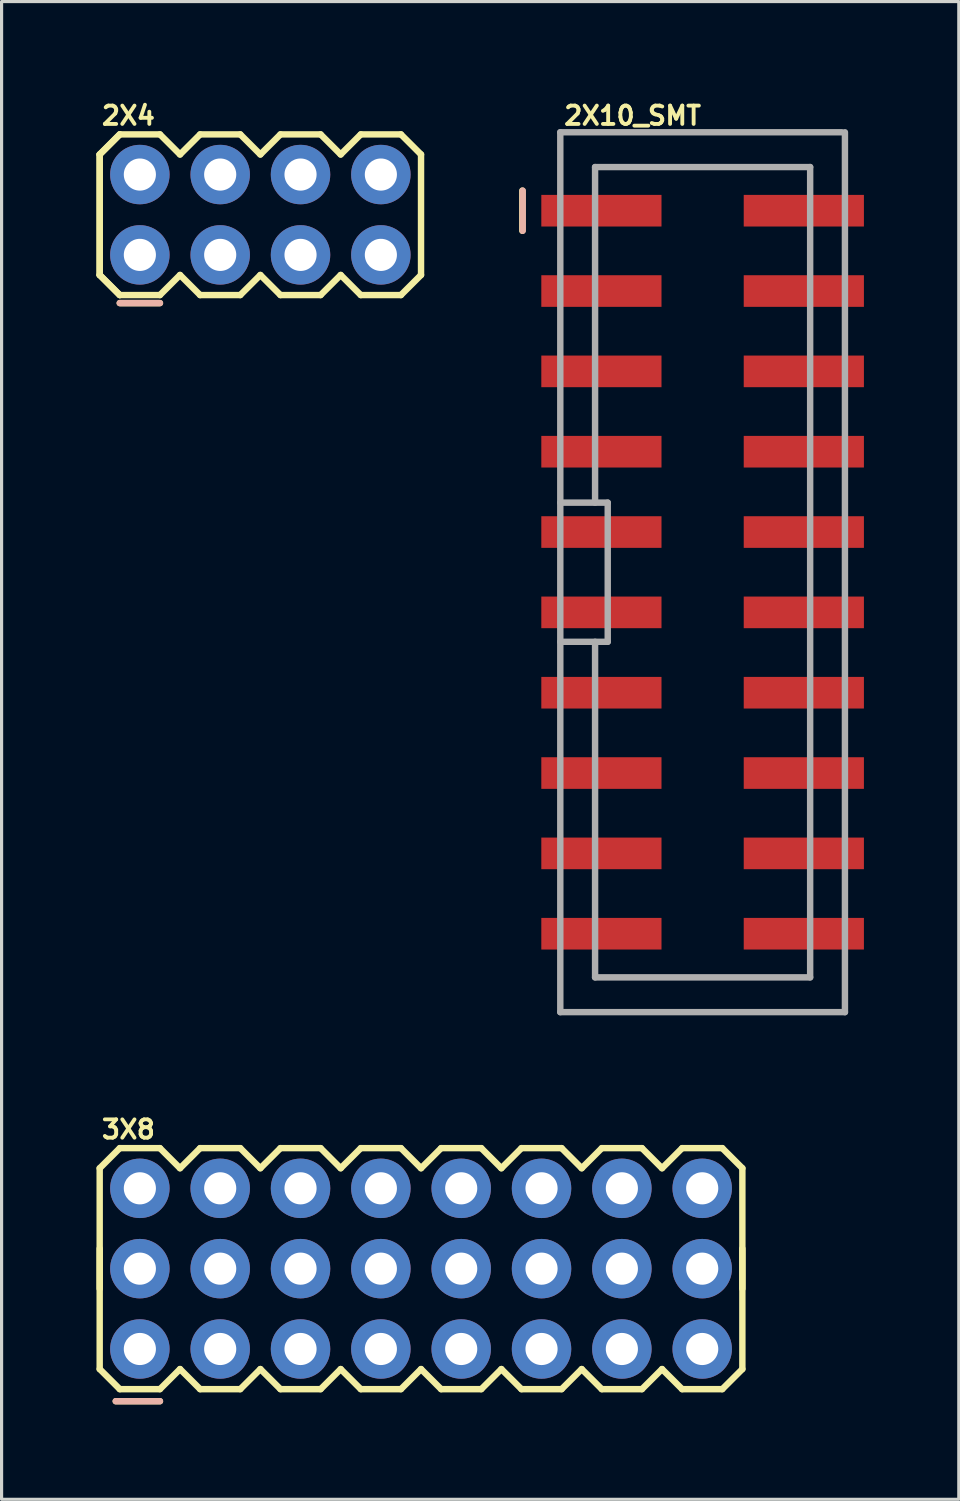
<source format=kicad_pcb>
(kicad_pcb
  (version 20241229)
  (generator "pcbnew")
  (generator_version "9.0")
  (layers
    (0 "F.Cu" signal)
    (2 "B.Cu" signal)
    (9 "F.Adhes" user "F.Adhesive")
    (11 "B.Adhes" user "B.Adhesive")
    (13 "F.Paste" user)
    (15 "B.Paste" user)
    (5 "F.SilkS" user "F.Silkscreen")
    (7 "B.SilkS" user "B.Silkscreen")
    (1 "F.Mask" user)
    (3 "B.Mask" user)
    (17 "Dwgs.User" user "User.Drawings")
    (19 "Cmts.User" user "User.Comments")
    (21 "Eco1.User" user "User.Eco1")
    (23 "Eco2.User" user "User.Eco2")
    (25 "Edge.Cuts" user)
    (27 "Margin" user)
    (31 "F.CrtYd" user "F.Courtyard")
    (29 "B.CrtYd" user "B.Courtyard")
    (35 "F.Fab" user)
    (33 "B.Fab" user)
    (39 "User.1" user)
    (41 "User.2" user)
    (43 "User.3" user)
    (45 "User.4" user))
  (footprint "2X10_SMT"
    (layer "F.Cu")
    (at 19.165 15.042)
    (property "Reference" "2X10_SMT" (at -4.445 -14.097 0) (layer "F.SilkS") (effects (font (size 0.579 0.579) (thickness 0.122)) (justify left bottom)))
    (attr through_hole)
    (fp_line (start -5.7 -12.065) (end -5.7 -10.795) (stroke (width 0.203) (type solid)) (layer "F.SilkS"))
    (fp_line (start -5.688 -12.065) (end -5.688 -10.795) (stroke (width 0.203) (type solid)) (layer "B.SilkS"))
    (fp_line (start -4.5 -13.91) (end 4.4 -13.91) (stroke (width 0.203) (type solid)) (layer "F.Fab"))
    (fp_line (start -4.5 -2.2) (end -3 -2.2) (stroke (width 0.203) (type solid)) (layer "F.Fab"))
    (fp_line (start -4.5 13.91) (end -4.5 -13.91) (stroke (width 0.203) (type solid)) (layer "F.Fab"))
    (fp_line (start -3.4 -12.81) (end -3.4 -2.2) (stroke (width 0.203) (type solid)) (layer "F.Fab"))
    (fp_line (start -3.4 -12.81) (end 3.4 -12.81) (stroke (width 0.203) (type solid)) (layer "F.Fab"))
    (fp_line (start -3.4 12.81) (end -3.4 2.2) (stroke (width 0.203) (type solid)) (layer "F.Fab"))
    (fp_line (start -3.4 12.81) (end 3.4 12.81) (stroke (width 0.203) (type solid)) (layer "F.Fab"))
    (fp_line (start -3 -2.2) (end -3 2.2) (stroke (width 0.203) (type solid)) (layer "F.Fab"))
    (fp_line (start -3 2.2) (end -4.5 2.2) (stroke (width 0.203) (type solid)) (layer "F.Fab"))
    (fp_line (start 3.4 -12.81) (end 3.4 12.81) (stroke (width 0.203) (type solid)) (layer "F.Fab"))
    (fp_line (start 4.5 -13.91) (end 4.5 13.91) (stroke (width 0.203) (type solid)) (layer "F.Fab"))
    (fp_line (start 4.5 13.91) (end -4.5 13.91) (stroke (width 0.203) (type solid)) (layer "F.Fab"))
    (pad "1" smd rect (at -3.2 -11.43) (size 3.8 1) (layers "F.Cu" "F.Mask" "F.Paste"))
    (pad "2" smd rect (at 3.2 -11.43) (size 3.8 1) (layers "F.Cu" "F.Mask" "F.Paste"))
    (pad "3" smd rect (at -3.2 -8.89) (size 3.8 1) (layers "F.Cu" "F.Mask" "F.Paste"))
    (pad "4" smd rect (at 3.2 -8.89) (size 3.8 1) (layers "F.Cu" "F.Mask" "F.Paste"))
    (pad "5" smd rect (at -3.2 -6.35) (size 3.8 1) (layers "F.Cu" "F.Mask" "F.Paste"))
    (pad "6" smd rect (at 3.2 -6.35) (size 3.8 1) (layers "F.Cu" "F.Mask" "F.Paste"))
    (pad "7" smd rect (at -3.2 -3.81) (size 3.8 1) (layers "F.Cu" "F.Mask" "F.Paste"))
    (pad "8" smd rect (at 3.2 -3.81) (size 3.8 1) (layers "F.Cu" "F.Mask" "F.Paste"))
    (pad "9" smd rect (at -3.2 -1.27) (size 3.8 1) (layers "F.Cu" "F.Mask" "F.Paste"))
    (pad "10" smd rect (at 3.2 -1.27) (size 3.8 1) (layers "F.Cu" "F.Mask" "F.Paste"))
    (pad "11" smd rect (at -3.2 1.27) (size 3.8 1) (layers "F.Cu" "F.Mask" "F.Paste"))
    (pad "12" smd rect (at 3.2 1.27) (size 3.8 1) (layers "F.Cu" "F.Mask" "F.Paste"))
    (pad "13" smd rect (at -3.2 3.81) (size 3.8 1) (layers "F.Cu" "F.Mask" "F.Paste"))
    (pad "14" smd rect (at 3.2 3.81) (size 3.8 1) (layers "F.Cu" "F.Mask" "F.Paste"))
    (pad "15" smd rect (at -3.2 6.35) (size 3.8 1) (layers "F.Cu" "F.Mask" "F.Paste"))
    (pad "16" smd rect (at 3.2 6.35) (size 3.8 1) (layers "F.Cu" "F.Mask" "F.Paste"))
    (pad "17" smd rect (at -3.2 8.89) (size 3.8 1) (layers "F.Cu" "F.Mask" "F.Paste"))
    (pad "18" smd rect (at 3.2 8.89) (size 3.8 1) (layers "F.Cu" "F.Mask" "F.Paste"))
    (pad "19" smd rect (at -3.2 11.43) (size 3.8 1) (layers "F.Cu" "F.Mask" "F.Paste"))
    (pad "20" smd rect (at 3.2 11.43) (size 3.8 1) (layers "F.Cu" "F.Mask" "F.Paste")))
  (footprint "3X8"
    (layer "F.Cu")
    (at 10.262 37.062)
    (property "Reference" "3X8" (at -10.16 -4.064 0) (layer "F.SilkS") (effects (font (size 0.579 0.579) (thickness 0.122)) (justify left bottom)))
    (attr through_hole)
    (fp_line (start -10.16 -3.175) (end -9.525 -3.81) (stroke (width 0.203) (type solid)) (layer "F.SilkS"))
    (fp_line (start -10.16 0.635) (end -10.16 -3.175) (stroke (width 0.203) (type solid)) (layer "F.SilkS"))
    (fp_line (start -10.16 3.175) (end -10.16 -0.635) (stroke (width 0.203) (type solid)) (layer "F.SilkS"))
    (fp_line (start -10.16 3.175) (end -9.525 3.81) (stroke (width 0.203) (type solid)) (layer "F.SilkS"))
    (fp_line (start -9.652 4.191) (end -8.255 4.191) (stroke (width 0.203) (type solid)) (layer "F.SilkS"))
    (fp_line (start -9.525 -3.81) (end -8.255 -3.81) (stroke (width 0.203) (type solid)) (layer "F.SilkS"))
    (fp_line (start -9.525 3.81) (end -8.255 3.81) (stroke (width 0.203) (type solid)) (layer "F.SilkS"))
    (fp_line (start -8.255 -3.81) (end -7.62 -3.175) (stroke (width 0.203) (type solid)) (layer "F.SilkS"))
    (fp_line (start -8.255 3.81) (end -7.62 3.175) (stroke (width 0.203) (type solid)) (layer "F.SilkS"))
    (fp_line (start -7.62 -3.175) (end -6.985 -3.81) (stroke (width 0.203) (type solid)) (layer "F.SilkS"))
    (fp_line (start -7.62 3.175) (end -6.985 3.81) (stroke (width 0.203) (type solid)) (layer "F.SilkS"))
    (fp_line (start -6.985 -3.81) (end -5.715 -3.81) (stroke (width 0.203) (type solid)) (layer "F.SilkS"))
    (fp_line (start -6.985 3.81) (end -5.715 3.81) (stroke (width 0.203) (type solid)) (layer "F.SilkS"))
    (fp_line (start -5.715 -3.81) (end -5.08 -3.175) (stroke (width 0.203) (type solid)) (layer "F.SilkS"))
    (fp_line (start -5.715 3.81) (end -5.08 3.175) (stroke (width 0.203) (type solid)) (layer "F.SilkS"))
    (fp_line (start -5.08 -3.175) (end -4.445 -3.81) (stroke (width 0.203) (type solid)) (layer "F.SilkS"))
    (fp_line (start -5.08 3.175) (end -4.445 3.81) (stroke (width 0.203) (type solid)) (layer "F.SilkS"))
    (fp_line (start -4.445 -3.81) (end -3.175 -3.81) (stroke (width 0.203) (type solid)) (layer "F.SilkS"))
    (fp_line (start -4.445 3.81) (end -3.175 3.81) (stroke (width 0.203) (type solid)) (layer "F.SilkS"))
    (fp_line (start -3.175 -3.81) (end -2.54 -3.175) (stroke (width 0.203) (type solid)) (layer "F.SilkS"))
    (fp_line (start -3.175 3.81) (end -2.54 3.175) (stroke (width 0.203) (type solid)) (layer "F.SilkS"))
    (fp_line (start -2.54 -3.175) (end -1.905 -3.81) (stroke (width 0.203) (type solid)) (layer "F.SilkS"))
    (fp_line (start -2.54 3.175) (end -1.905 3.81) (stroke (width 0.203) (type solid)) (layer "F.SilkS"))
    (fp_line (start -1.905 -3.81) (end -0.635 -3.81) (stroke (width 0.203) (type solid)) (layer "F.SilkS"))
    (fp_line (start -1.905 3.81) (end -0.635 3.81) (stroke (width 0.203) (type solid)) (layer "F.SilkS"))
    (fp_line (start -0.635 -3.81) (end 0 -3.175) (stroke (width 0.203) (type solid)) (layer "F.SilkS"))
    (fp_line (start -0.635 3.81) (end 0 3.175) (stroke (width 0.203) (type solid)) (layer "F.SilkS"))
    (fp_line (start 0 -3.175) (end 0.635 -3.81) (stroke (width 0.203) (type solid)) (layer "F.SilkS"))
    (fp_line (start 0 3.175) (end 0.635 3.81) (stroke (width 0.203) (type solid)) (layer "F.SilkS"))
    (fp_line (start 0.635 -3.81) (end 1.905 -3.81) (stroke (width 0.203) (type solid)) (layer "F.SilkS"))
    (fp_line (start 0.635 3.81) (end 1.905 3.81) (stroke (width 0.203) (type solid)) (layer "F.SilkS"))
    (fp_line (start 1.905 -3.81) (end 2.54 -3.175) (stroke (width 0.203) (type solid)) (layer "F.SilkS"))
    (fp_line (start 1.905 3.81) (end 2.54 3.175) (stroke (width 0.203) (type solid)) (layer "F.SilkS"))
    (fp_line (start 2.54 -3.175) (end 3.175 -3.81) (stroke (width 0.203) (type solid)) (layer "F.SilkS"))
    (fp_line (start 2.54 3.175) (end 3.175 3.81) (stroke (width 0.203) (type solid)) (layer "F.SilkS"))
    (fp_line (start 3.175 -3.81) (end 4.445 -3.81) (stroke (width 0.203) (type solid)) (layer "F.SilkS"))
    (fp_line (start 3.175 3.81) (end 4.445 3.81) (stroke (width 0.203) (type solid)) (layer "F.SilkS"))
    (fp_line (start 4.445 -3.81) (end 5.08 -3.175) (stroke (width 0.203) (type solid)) (layer "F.SilkS"))
    (fp_line (start 4.445 3.81) (end 5.08 3.175) (stroke (width 0.203) (type solid)) (layer "F.SilkS"))
    (fp_line (start 5.08 -3.175) (end 5.715 -3.81) (stroke (width 0.203) (type solid)) (layer "F.SilkS"))
    (fp_line (start 5.08 3.175) (end 5.715 3.81) (stroke (width 0.203) (type solid)) (layer "F.SilkS"))
    (fp_line (start 5.715 -3.81) (end 6.985 -3.81) (stroke (width 0.203) (type solid)) (layer "F.SilkS"))
    (fp_line (start 5.715 3.81) (end 6.985 3.81) (stroke (width 0.203) (type solid)) (layer "F.SilkS"))
    (fp_line (start 6.985 -3.81) (end 7.62 -3.175) (stroke (width 0.203) (type solid)) (layer "F.SilkS"))
    (fp_line (start 7.62 -3.175) (end 8.255 -3.81) (stroke (width 0.203) (type solid)) (layer "F.SilkS"))
    (fp_line (start 7.62 3.175) (end 6.985 3.81) (stroke (width 0.203) (type solid)) (layer "F.SilkS"))
    (fp_line (start 7.62 3.175) (end 8.255 3.81) (stroke (width 0.203) (type solid)) (layer "F.SilkS"))
    (fp_line (start 8.255 -3.81) (end 9.525 -3.81) (stroke (width 0.203) (type solid)) (layer "F.SilkS"))
    (fp_line (start 8.255 3.81) (end 9.525 3.81) (stroke (width 0.203) (type solid)) (layer "F.SilkS"))
    (fp_line (start 9.525 -3.81) (end 10.16 -3.175) (stroke (width 0.203) (type solid)) (layer "F.SilkS"))
    (fp_line (start 10.16 -3.175) (end 10.16 0.635) (stroke (width 0.203) (type solid)) (layer "F.SilkS"))
    (fp_line (start 10.16 -0.635) (end 10.16 3.175) (stroke (width 0.203) (type solid)) (layer "F.SilkS"))
    (fp_line (start 10.16 3.175) (end 9.525 3.81) (stroke (width 0.203) (type solid)) (layer "F.SilkS"))
    (fp_line (start -8.255 4.191) (end -9.652 4.191) (stroke (width 0.203) (type solid)) (layer "B.SilkS"))
    (fp_poly (pts (xy -9.144 -2.286) (xy -8.636 -2.286) (xy -8.636 -2.794) (xy -9.144 -2.794)) (stroke (width 0.1) (type solid)) (fill no) (layer "F.Fab"))
    (fp_poly (pts (xy -9.144 0.254) (xy -8.636 0.254) (xy -8.636 -0.254) (xy -9.144 -0.254)) (stroke (width 0.1) (type solid)) (fill no) (layer "F.Fab"))
    (fp_poly (pts (xy -9.144 2.794) (xy -8.636 2.794) (xy -8.636 2.286) (xy -9.144 2.286)) (stroke (width 0.1) (type solid)) (fill no) (layer "F.Fab"))
    (fp_poly (pts (xy -6.604 -2.286) (xy -6.096 -2.286) (xy -6.096 -2.794) (xy -6.604 -2.794)) (stroke (width 0.1) (type solid)) (fill no) (layer "F.Fab"))
    (fp_poly (pts (xy -6.604 0.254) (xy -6.096 0.254) (xy -6.096 -0.254) (xy -6.604 -0.254)) (stroke (width 0.1) (type solid)) (fill no) (layer "F.Fab"))
    (fp_poly (pts (xy -6.604 2.794) (xy -6.096 2.794) (xy -6.096 2.286) (xy -6.604 2.286)) (stroke (width 0.1) (type solid)) (fill no) (layer "F.Fab"))
    (fp_poly (pts (xy -4.064 -2.286) (xy -3.556 -2.286) (xy -3.556 -2.794) (xy -4.064 -2.794)) (stroke (width 0.1) (type solid)) (fill no) (layer "F.Fab"))
    (fp_poly (pts (xy -4.064 0.254) (xy -3.556 0.254) (xy -3.556 -0.254) (xy -4.064 -0.254)) (stroke (width 0.1) (type solid)) (fill no) (layer "F.Fab"))
    (fp_poly (pts (xy -4.064 2.794) (xy -3.556 2.794) (xy -3.556 2.286) (xy -4.064 2.286)) (stroke (width 0.1) (type solid)) (fill no) (layer "F.Fab"))
    (fp_poly (pts (xy -1.524 -2.286) (xy -1.016 -2.286) (xy -1.016 -2.794) (xy -1.524 -2.794)) (stroke (width 0.1) (type solid)) (fill no) (layer "F.Fab"))
    (fp_poly (pts (xy -1.524 0.254) (xy -1.016 0.254) (xy -1.016 -0.254) (xy -1.524 -0.254)) (stroke (width 0.1) (type solid)) (fill no) (layer "F.Fab"))
    (fp_poly (pts (xy -1.524 2.794) (xy -1.016 2.794) (xy -1.016 2.286) (xy -1.524 2.286)) (stroke (width 0.1) (type solid)) (fill no) (layer "F.Fab"))
    (fp_poly (pts (xy 1.016 -2.286) (xy 1.524 -2.286) (xy 1.524 -2.794) (xy 1.016 -2.794)) (stroke (width 0.1) (type solid)) (fill no) (layer "F.Fab"))
    (fp_poly (pts (xy 1.016 0.254) (xy 1.524 0.254) (xy 1.524 -0.254) (xy 1.016 -0.254)) (stroke (width 0.1) (type solid)) (fill no) (layer "F.Fab"))
    (fp_poly (pts (xy 1.016 2.794) (xy 1.524 2.794) (xy 1.524 2.286) (xy 1.016 2.286)) (stroke (width 0.1) (type solid)) (fill no) (layer "F.Fab"))
    (fp_poly (pts (xy 3.556 -2.286) (xy 4.064 -2.286) (xy 4.064 -2.794) (xy 3.556 -2.794)) (stroke (width 0.1) (type solid)) (fill no) (layer "F.Fab"))
    (fp_poly (pts (xy 3.556 0.254) (xy 4.064 0.254) (xy 4.064 -0.254) (xy 3.556 -0.254)) (stroke (width 0.1) (type solid)) (fill no) (layer "F.Fab"))
    (fp_poly (pts (xy 3.556 2.794) (xy 4.064 2.794) (xy 4.064 2.286) (xy 3.556 2.286)) (stroke (width 0.1) (type solid)) (fill no) (layer "F.Fab"))
    (fp_poly (pts (xy 6.096 -2.286) (xy 6.604 -2.286) (xy 6.604 -2.794) (xy 6.096 -2.794)) (stroke (width 0.1) (type solid)) (fill no) (layer "F.Fab"))
    (fp_poly (pts (xy 6.096 0.254) (xy 6.604 0.254) (xy 6.604 -0.254) (xy 6.096 -0.254)) (stroke (width 0.1) (type solid)) (fill no) (layer "F.Fab"))
    (fp_poly (pts (xy 6.096 2.794) (xy 6.604 2.794) (xy 6.604 2.286) (xy 6.096 2.286)) (stroke (width 0.1) (type solid)) (fill no) (layer "F.Fab"))
    (fp_poly (pts (xy 8.636 -2.286) (xy 9.144 -2.286) (xy 9.144 -2.794) (xy 8.636 -2.794)) (stroke (width 0.1) (type solid)) (fill no) (layer "F.Fab"))
    (fp_poly (pts (xy 8.636 0.254) (xy 9.144 0.254) (xy 9.144 -0.254) (xy 8.636 -0.254)) (stroke (width 0.1) (type solid)) (fill no) (layer "F.Fab"))
    (fp_poly (pts (xy 8.636 2.794) (xy 9.144 2.794) (xy 9.144 2.286) (xy 8.636 2.286)) (stroke (width 0.1) (type solid)) (fill no) (layer "F.Fab"))
    (pad "1" thru_hole circle (at -8.89 2.54) (size 1.88 1.88) (drill 1.016) (layers "*.Cu" "*.Mask"))
    (pad "2" thru_hole circle (at -8.89 0) (size 1.88 1.88) (drill 1.016) (layers "*.Cu" "*.Mask"))
    (pad "3" thru_hole circle (at -8.89 -2.54) (size 1.88 1.88) (drill 1.016) (layers "*.Cu" "*.Mask"))
    (pad "4" thru_hole circle (at -6.35 2.54) (size 1.88 1.88) (drill 1.016) (layers "*.Cu" "*.Mask"))
    (pad "5" thru_hole circle (at -6.35 0) (size 1.88 1.88) (drill 1.016) (layers "*.Cu" "*.Mask"))
    (pad "6" thru_hole circle (at -6.35 -2.54) (size 1.88 1.88) (drill 1.016) (layers "*.Cu" "*.Mask"))
    (pad "7" thru_hole circle (at -3.81 2.54) (size 1.88 1.88) (drill 1.016) (layers "*.Cu" "*.Mask"))
    (pad "8" thru_hole circle (at -3.81 0) (size 1.88 1.88) (drill 1.016) (layers "*.Cu" "*.Mask"))
    (pad "9" thru_hole circle (at -3.81 -2.54) (size 1.88 1.88) (drill 1.016) (layers "*.Cu" "*.Mask"))
    (pad "10" thru_hole circle (at -1.27 2.54) (size 1.88 1.88) (drill 1.016) (layers "*.Cu" "*.Mask"))
    (pad "11" thru_hole circle (at -1.27 0) (size 1.88 1.88) (drill 1.016) (layers "*.Cu" "*.Mask"))
    (pad "12" thru_hole circle (at -1.27 -2.54) (size 1.88 1.88) (drill 1.016) (layers "*.Cu" "*.Mask"))
    (pad "13" thru_hole circle (at 1.27 2.54) (size 1.88 1.88) (drill 1.016) (layers "*.Cu" "*.Mask"))
    (pad "14" thru_hole circle (at 1.27 0) (size 1.88 1.88) (drill 1.016) (layers "*.Cu" "*.Mask"))
    (pad "15" thru_hole circle (at 1.27 -2.54) (size 1.88 1.88) (drill 1.016) (layers "*.Cu" "*.Mask"))
    (pad "16" thru_hole circle (at 3.81 2.54) (size 1.88 1.88) (drill 1.016) (layers "*.Cu" "*.Mask"))
    (pad "17" thru_hole circle (at 3.81 0) (size 1.88 1.88) (drill 1.016) (layers "*.Cu" "*.Mask"))
    (pad "18" thru_hole circle (at 3.81 -2.54) (size 1.88 1.88) (drill 1.016) (layers "*.Cu" "*.Mask"))
    (pad "19" thru_hole circle (at 6.35 2.54) (size 1.88 1.88) (drill 1.016) (layers "*.Cu" "*.Mask"))
    (pad "20" thru_hole circle (at 6.35 0) (size 1.88 1.88) (drill 1.016) (layers "*.Cu" "*.Mask"))
    (pad "21" thru_hole circle (at 6.35 -2.54) (size 1.88 1.88) (drill 1.016) (layers "*.Cu" "*.Mask"))
    (pad "22" thru_hole circle (at 8.89 2.54) (size 1.88 1.88) (drill 1.016) (layers "*.Cu" "*.Mask"))
    (pad "23" thru_hole circle (at 8.89 0) (size 1.88 1.88) (drill 1.016) (layers "*.Cu" "*.Mask"))
    (pad "24" thru_hole circle (at 8.89 -2.54) (size 1.88 1.88) (drill 1.016) (layers "*.Cu" "*.Mask")))
  (footprint "2X4"
    (layer "F.Cu")
    (at 5.182 3.739)
    (property "Reference" "2X4" (at -5.08 -2.794 0) (layer "F.SilkS") (effects (font (size 0.579 0.579) (thickness 0.122)) (justify left bottom)))
    (attr through_hole)
    (fp_line (start -5.08 -1.905) (end -4.445 -2.54) (stroke (width 0.203) (type solid)) (layer "F.SilkS"))
    (fp_line (start -5.08 -1.905) (end -4.445 -2.54) (stroke (width 0.203) (type solid)) (layer "F.SilkS"))
    (fp_line (start -5.08 1.905) (end -5.08 -1.905) (stroke (width 0.203) (type solid)) (layer "F.SilkS"))
    (fp_line (start -5.08 1.905) (end -5.08 -1.905) (stroke (width 0.203) (type solid)) (layer "F.SilkS"))
    (fp_line (start -5.08 1.905) (end -4.445 2.54) (stroke (width 0.203) (type solid)) (layer "F.SilkS"))
    (fp_line (start -5.08 1.905) (end -4.445 2.54) (stroke (width 0.203) (type solid)) (layer "F.SilkS"))
    (fp_line (start -4.445 -2.54) (end -3.175 -2.54) (stroke (width 0.203) (type solid)) (layer "F.SilkS"))
    (fp_line (start -4.445 2.54) (end -3.175 2.54) (stroke (width 0.203) (type solid)) (layer "F.SilkS"))
    (fp_line (start -4.445 2.794) (end -3.175 2.794) (stroke (width 0.203) (type solid)) (layer "F.SilkS"))
    (fp_line (start -3.175 -2.54) (end -2.54 -1.905) (stroke (width 0.203) (type solid)) (layer "F.SilkS"))
    (fp_line (start -3.175 2.54) (end -2.54 1.905) (stroke (width 0.203) (type solid)) (layer "F.SilkS"))
    (fp_line (start -2.54 -1.905) (end -1.905 -2.54) (stroke (width 0.203) (type solid)) (layer "F.SilkS"))
    (fp_line (start -2.54 1.905) (end -1.905 2.54) (stroke (width 0.203) (type solid)) (layer "F.SilkS"))
    (fp_line (start -1.905 -2.54) (end -0.635 -2.54) (stroke (width 0.203) (type solid)) (layer "F.SilkS"))
    (fp_line (start -1.905 2.54) (end -0.635 2.54) (stroke (width 0.203) (type solid)) (layer "F.SilkS"))
    (fp_line (start -0.635 -2.54) (end 0 -1.905) (stroke (width 0.203) (type solid)) (layer "F.SilkS"))
    (fp_line (start -0.635 2.54) (end 0 1.905) (stroke (width 0.203) (type solid)) (layer "F.SilkS"))
    (fp_line (start 0 -1.905) (end 0.635 -2.54) (stroke (width 0.203) (type solid)) (layer "F.SilkS"))
    (fp_line (start 0 1.905) (end 0.635 2.54) (stroke (width 0.203) (type solid)) (layer "F.SilkS"))
    (fp_line (start 0.635 -2.54) (end 1.905 -2.54) (stroke (width 0.203) (type solid)) (layer "F.SilkS"))
    (fp_line (start 0.635 2.54) (end 1.905 2.54) (stroke (width 0.203) (type solid)) (layer "F.SilkS"))
    (fp_line (start 1.905 -2.54) (end 2.54 -1.905) (stroke (width 0.203) (type solid)) (layer "F.SilkS"))
    (fp_line (start 1.905 2.54) (end 2.54 1.905) (stroke (width 0.203) (type solid)) (layer "F.SilkS"))
    (fp_line (start 2.54 -1.905) (end 3.175 -2.54) (stroke (width 0.203) (type solid)) (layer "F.SilkS"))
    (fp_line (start 2.54 1.905) (end 3.175 2.54) (stroke (width 0.203) (type solid)) (layer "F.SilkS"))
    (fp_line (start 3.175 -2.54) (end 4.445 -2.54) (stroke (width 0.203) (type solid)) (layer "F.SilkS"))
    (fp_line (start 3.175 2.54) (end 4.445 2.54) (stroke (width 0.203) (type solid)) (layer "F.SilkS"))
    (fp_line (start 4.445 -2.54) (end 5.08 -1.905) (stroke (width 0.203) (type solid)) (layer "F.SilkS"))
    (fp_line (start 4.445 2.54) (end 5.08 1.905) (stroke (width 0.203) (type solid)) (layer "F.SilkS"))
    (fp_line (start 5.08 -1.905) (end 5.08 1.905) (stroke (width 0.203) (type solid)) (layer "F.SilkS"))
    (fp_line (start -3.175 2.794) (end -4.445 2.794) (stroke (width 0.203) (type solid)) (layer "B.SilkS"))
    (fp_poly (pts (xy -4.064 -1.016) (xy -3.556 -1.016) (xy -3.556 -1.524) (xy -4.064 -1.524)) (stroke (width 0.1) (type solid)) (fill no) (layer "F.Fab"))
    (fp_poly (pts (xy -4.064 1.524) (xy -3.556 1.524) (xy -3.556 1.016) (xy -4.064 1.016)) (stroke (width 0.1) (type solid)) (fill no) (layer "F.Fab"))
    (fp_poly (pts (xy -1.524 -1.016) (xy -1.016 -1.016) (xy -1.016 -1.524) (xy -1.524 -1.524)) (stroke (width 0.1) (type solid)) (fill no) (layer "F.Fab"))
    (fp_poly (pts (xy -1.524 1.524) (xy -1.016 1.524) (xy -1.016 1.016) (xy -1.524 1.016)) (stroke (width 0.1) (type solid)) (fill no) (layer "F.Fab"))
    (fp_poly (pts (xy 1.016 -1.016) (xy 1.524 -1.016) (xy 1.524 -1.524) (xy 1.016 -1.524)) (stroke (width 0.1) (type solid)) (fill no) (layer "F.Fab"))
    (fp_poly (pts (xy 1.016 1.524) (xy 1.524 1.524) (xy 1.524 1.016) (xy 1.016 1.016)) (stroke (width 0.1) (type solid)) (fill no) (layer "F.Fab"))
    (fp_poly (pts (xy 3.556 -1.016) (xy 4.064 -1.016) (xy 4.064 -1.524) (xy 3.556 -1.524)) (stroke (width 0.1) (type solid)) (fill no) (layer "F.Fab"))
    (fp_poly (pts (xy 3.556 1.524) (xy 4.064 1.524) (xy 4.064 1.016) (xy 3.556 1.016)) (stroke (width 0.1) (type solid)) (fill no) (layer "F.Fab"))
    (pad "1" thru_hole circle (at -3.81 1.27) (size 1.88 1.88) (drill 1.016) (layers "*.Cu" "*.Mask"))
    (pad "2" thru_hole circle (at -3.81 -1.27) (size 1.88 1.88) (drill 1.016) (layers "*.Cu" "*.Mask"))
    (pad "3" thru_hole circle (at -1.27 1.27) (size 1.88 1.88) (drill 1.016) (layers "*.Cu" "*.Mask"))
    (pad "4" thru_hole circle (at -1.27 -1.27) (size 1.88 1.88) (drill 1.016) (layers "*.Cu" "*.Mask"))
    (pad "5" thru_hole circle (at 1.27 1.27) (size 1.88 1.88) (drill 1.016) (layers "*.Cu" "*.Mask"))
    (pad "6" thru_hole circle (at 1.27 -1.27) (size 1.88 1.88) (drill 1.016) (layers "*.Cu" "*.Mask"))
    (pad "7" thru_hole circle (at 3.81 1.27) (size 1.88 1.88) (drill 1.016) (layers "*.Cu" "*.Mask"))
    (pad "8" thru_hole circle (at 3.81 -1.27) (size 1.88 1.88) (drill 1.016) (layers "*.Cu" "*.Mask")))
  (gr_rect
    (start -3 -3)
    (end 27.265 44.355)
    (stroke (width 0.1) (type default))
    (fill no)
    (layer "Edge.Cuts")))
</source>
